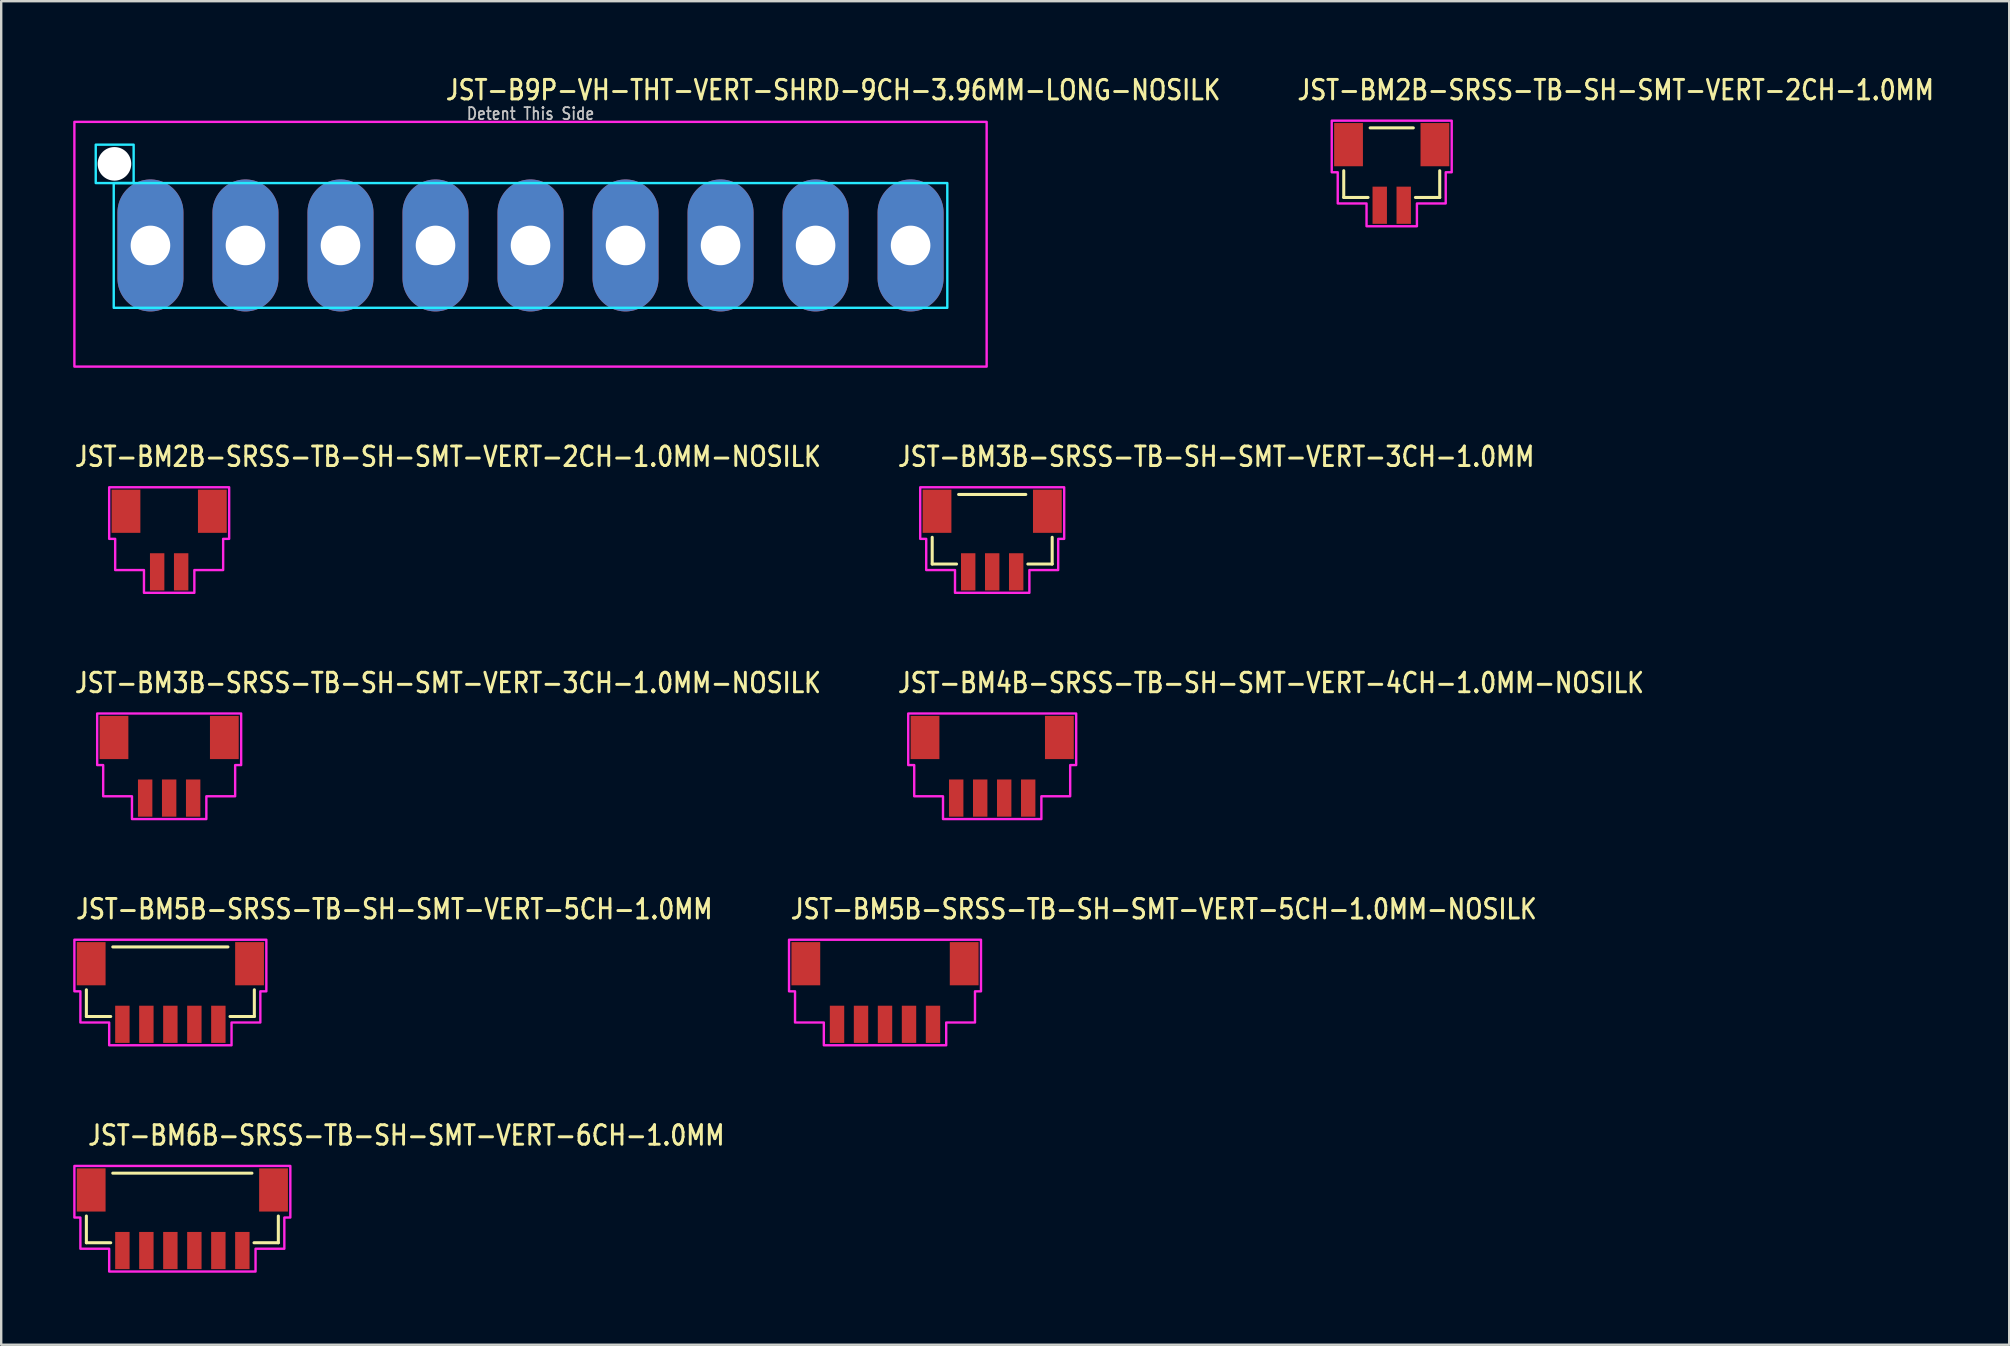
<source format=kicad_pcb>
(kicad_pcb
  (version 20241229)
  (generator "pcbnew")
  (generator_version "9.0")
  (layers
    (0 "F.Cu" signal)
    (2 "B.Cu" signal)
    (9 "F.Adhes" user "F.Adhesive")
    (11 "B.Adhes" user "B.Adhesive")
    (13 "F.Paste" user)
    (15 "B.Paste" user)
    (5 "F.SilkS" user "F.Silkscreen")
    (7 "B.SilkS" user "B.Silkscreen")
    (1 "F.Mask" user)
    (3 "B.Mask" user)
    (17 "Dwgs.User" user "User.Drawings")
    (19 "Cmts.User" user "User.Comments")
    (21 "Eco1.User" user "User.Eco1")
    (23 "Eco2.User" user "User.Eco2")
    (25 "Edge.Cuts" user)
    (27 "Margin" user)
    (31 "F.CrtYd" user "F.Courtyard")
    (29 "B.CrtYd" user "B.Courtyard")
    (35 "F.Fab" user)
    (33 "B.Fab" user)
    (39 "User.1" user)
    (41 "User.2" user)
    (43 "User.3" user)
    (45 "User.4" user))
  (footprint "JST-BM2B-SRSS-TB-SH-SMT-VERT-2CH-1.0MM-NOSILK"
    (layer "F.Cu")
    (at 4 19.457)
    (property "Reference" "JST-BM2B-SRSS-TB-SH-SMT-VERT-2CH-1.0MM-NOSILK" (at -4 -3 0) (unlocked yes) (layer "F.SilkS") (effects (font (size 0.813 0.695) (thickness 0.122)) (justify left bottom)))
    (fp_poly (pts (xy -2.5 -2.2) (xy -2.5 -0.05) (xy -2.25 -0.05) (xy -2.25 1.25) (xy -1.05 1.25) (xy -1.05 2.2) (xy 1.05 2.2) (xy 1.05 1.25) (xy 2.25 1.25) (xy 2.25 -0.05) (xy 2.5 -0.05) (xy 2.5 -2.2)) (stroke (width 0.1) (type solid)) (fill no) (layer "F.CrtYd"))
    (pad "P$1" smd rect (at -0.5 1.325) (size 0.6 1.55) (layers "F.Cu" "F.Mask" "F.Paste"))
    (pad "P$2" smd rect (at 0.5 1.325) (size 0.6 1.55) (layers "F.Cu" "F.Mask" "F.Paste"))
    (pad "S$2" smd rect (at 1.8 -1.2) (size 1.2 1.8) (layers "F.Cu" "F.Mask" "F.Paste"))
    (pad "S$3" smd rect (at -1.8 -1.2) (size 1.2 1.8) (layers "F.Cu" "F.Mask" "F.Paste")))
  (footprint "JST-BM5B-SRSS-TB-SH-SMT-VERT-5CH-1.0MM-NOSILK"
    (layer "F.Cu")
    (at 33.834 38.314)
    (property "Reference" "JST-BM5B-SRSS-TB-SH-SMT-VERT-5CH-1.0MM-NOSILK" (at -4 -3 0) (unlocked yes) (layer "F.SilkS") (effects (font (size 0.813 0.695) (thickness 0.122)) (justify left bottom)))
    (fp_poly (pts (xy -4 -2.2) (xy -4 -0.05) (xy -3.75 -0.05) (xy -3.75 1.25) (xy -2.55 1.25) (xy -2.55 2.2) (xy 2.55 2.2) (xy 2.55 1.25) (xy 3.75 1.25) (xy 3.75 -0.05) (xy 4 -0.05) (xy 4 -2.2)) (stroke (width 0.1) (type solid)) (fill no) (layer "F.CrtYd"))
    (pad "P$1" smd rect (at -2 1.325) (size 0.6 1.55) (layers "F.Cu" "F.Mask" "F.Paste"))
    (pad "P$2" smd rect (at -1 1.325) (size 0.6 1.55) (layers "F.Cu" "F.Mask" "F.Paste"))
    (pad "P$3" smd rect (at 0 1.325) (size 0.6 1.55) (layers "F.Cu" "F.Mask" "F.Paste"))
    (pad "P$4" smd rect (at 1 1.325) (size 0.6 1.55) (layers "F.Cu" "F.Mask" "F.Paste"))
    (pad "P$5" smd rect (at 2 1.325) (size 0.6 1.55) (layers "F.Cu" "F.Mask" "F.Paste"))
    (pad "S$5" smd rect (at 3.3 -1.2) (size 1.2 1.8) (layers "F.Cu" "F.Mask" "F.Paste"))
    (pad "S$6" smd rect (at -3.3 -1.2) (size 1.2 1.8) (layers "F.Cu" "F.Mask" "F.Paste")))
  (footprint "JST-BM4B-SRSS-TB-SH-SMT-VERT-4CH-1.0MM-NOSILK"
    (layer "F.Cu")
    (at 38.301 28.886)
    (property "Reference" "JST-BM4B-SRSS-TB-SH-SMT-VERT-4CH-1.0MM-NOSILK" (at -4 -3 0) (unlocked yes) (layer "F.SilkS") (effects (font (size 0.813 0.695) (thickness 0.122)) (justify left bottom)))
    (fp_poly (pts (xy -3.5 -2.2) (xy -3.5 -0.05) (xy -3.25 -0.05) (xy -3.25 1.25) (xy -2.05 1.25) (xy -2.05 2.2) (xy 2.05 2.2) (xy 2.05 1.25) (xy 3.25 1.25) (xy 3.25 -0.05) (xy 3.5 -0.05) (xy 3.5 -2.2)) (stroke (width 0.1) (type solid)) (fill no) (layer "F.CrtYd"))
    (pad "P$1" smd rect (at -1.5 1.325) (size 0.6 1.55) (layers "F.Cu" "F.Mask" "F.Paste"))
    (pad "P$2" smd rect (at -0.5 1.325) (size 0.6 1.55) (layers "F.Cu" "F.Mask" "F.Paste"))
    (pad "P$3" smd rect (at 0.5 1.325) (size 0.6 1.55) (layers "F.Cu" "F.Mask" "F.Paste"))
    (pad "P$4" smd rect (at 1.5 1.325) (size 0.6 1.55) (layers "F.Cu" "F.Mask" "F.Paste"))
    (pad "S$4" smd rect (at 2.8 -1.2) (size 1.2 1.8) (layers "F.Cu" "F.Mask" "F.Paste"))
    (pad "S$5" smd rect (at -2.8 -1.2) (size 1.2 1.8) (layers "F.Cu" "F.Mask" "F.Paste")))
  (footprint "JST-BM6B-SRSS-TB-SH-SMT-VERT-6CH-1.0MM"
    (layer "F.Cu")
    (at 4.55 47.743)
    (property "Reference" "JST-BM6B-SRSS-TB-SH-SMT-VERT-6CH-1.0MM" (at -4 -3 0) (unlocked yes) (layer "F.SilkS") (effects (font (size 0.813 0.695) (thickness 0.122)) (justify left bottom)))
    (fp_line (start -4 -0.114) (end -4 1) (stroke (width 0.127) (type solid)) (layer "F.SilkS"))
    (fp_line (start -4 1) (end -2.986 1) (stroke (width 0.127) (type solid)) (layer "F.SilkS"))
    (fp_line (start -2.9 -1.9) (end 2.9 -1.9) (stroke (width 0.127) (type solid)) (layer "F.SilkS"))
    (fp_line (start 2.986 1) (end 4 1) (stroke (width 0.127) (type solid)) (layer "F.SilkS"))
    (fp_line (start 4 1) (end 4 -0.114) (stroke (width 0.127) (type solid)) (layer "F.SilkS"))
    (fp_poly (pts (xy -4.5 -2.2) (xy -4.5 -0.05) (xy -4.25 -0.05) (xy -4.25 1.25) (xy -3.05 1.25) (xy -3.05 2.2) (xy 3.05 2.2) (xy 3.05 1.25) (xy 4.25 1.25) (xy 4.25 -0.05) (xy 4.5 -0.05) (xy 4.5 -2.2)) (stroke (width 0.1) (type solid)) (fill no) (layer "F.CrtYd"))
    (pad "P$1" smd rect (at -2.5 1.325) (size 0.6 1.55) (layers "F.Cu" "F.Mask" "F.Paste"))
    (pad "P$2" smd rect (at -1.5 1.325) (size 0.6 1.55) (layers "F.Cu" "F.Mask" "F.Paste"))
    (pad "P$3" smd rect (at -0.5 1.325) (size 0.6 1.55) (layers "F.Cu" "F.Mask" "F.Paste"))
    (pad "P$4" smd rect (at 0.5 1.325) (size 0.6 1.55) (layers "F.Cu" "F.Mask" "F.Paste"))
    (pad "P$5" smd rect (at 1.5 1.325) (size 0.6 1.55) (layers "F.Cu" "F.Mask" "F.Paste"))
    (pad "P$6" smd rect (at 2.5 1.325) (size 0.6 1.55) (layers "F.Cu" "F.Mask" "F.Paste"))
    (pad "S$6" smd rect (at 3.8 -1.2) (size 1.2 1.8) (layers "F.Cu" "F.Mask" "F.Paste"))
    (pad "S$7" smd rect (at -3.8 -1.2) (size 1.2 1.8) (layers "F.Cu" "F.Mask" "F.Paste")))
  (footprint "JST-BM2B-SRSS-TB-SH-SMT-VERT-2CH-1.0MM"
    (layer "F.Cu")
    (at 54.952 4.179)
    (property "Reference" "JST-BM2B-SRSS-TB-SH-SMT-VERT-2CH-1.0MM" (at -4 -3 0) (unlocked yes) (layer "F.SilkS") (effects (font (size 0.813 0.695) (thickness 0.122)) (justify left bottom)))
    (fp_line (start -2 -0.114) (end -2 1) (stroke (width 0.127) (type solid)) (layer "F.SilkS"))
    (fp_line (start -2 1) (end -0.987 1) (stroke (width 0.127) (type solid)) (layer "F.SilkS"))
    (fp_line (start -0.9 -1.9) (end 0.9 -1.9) (stroke (width 0.127) (type solid)) (layer "F.SilkS"))
    (fp_line (start 0.987 1) (end 2 1) (stroke (width 0.127) (type solid)) (layer "F.SilkS"))
    (fp_line (start 2 1) (end 2 -0.114) (stroke (width 0.127) (type solid)) (layer "F.SilkS"))
    (fp_poly (pts (xy -2.5 -2.2) (xy -2.5 -0.05) (xy -2.25 -0.05) (xy -2.25 1.25) (xy -1.05 1.25) (xy -1.05 2.2) (xy 1.05 2.2) (xy 1.05 1.25) (xy 2.25 1.25) (xy 2.25 -0.05) (xy 2.5 -0.05) (xy 2.5 -2.2)) (stroke (width 0.1) (type solid)) (fill no) (layer "F.CrtYd"))
    (pad "P$1" smd rect (at -0.5 1.325) (size 0.6 1.55) (layers "F.Cu" "F.Mask" "F.Paste"))
    (pad "P$2" smd rect (at 0.5 1.325) (size 0.6 1.55) (layers "F.Cu" "F.Mask" "F.Paste"))
    (pad "S$2" smd rect (at 1.8 -1.2) (size 1.2 1.8) (layers "F.Cu" "F.Mask" "F.Paste"))
    (pad "S$3" smd rect (at -1.8 -1.2) (size 1.2 1.8) (layers "F.Cu" "F.Mask" "F.Paste")))
  (footprint "JST-BM3B-SRSS-TB-SH-SMT-VERT-3CH-1.0MM"
    (layer "F.Cu")
    (at 38.301 19.457)
    (property "Reference" "JST-BM3B-SRSS-TB-SH-SMT-VERT-3CH-1.0MM" (at -4 -3 0) (unlocked yes) (layer "F.SilkS") (effects (font (size 0.813 0.695) (thickness 0.122)) (justify left bottom)))
    (fp_line (start -2.5 -0.114) (end -2.5 1) (stroke (width 0.127) (type solid)) (layer "F.SilkS"))
    (fp_line (start -2.5 1) (end -1.486 1) (stroke (width 0.127) (type solid)) (layer "F.SilkS"))
    (fp_line (start -1.4 -1.9) (end 1.4 -1.9) (stroke (width 0.127) (type solid)) (layer "F.SilkS"))
    (fp_line (start 1.486 1) (end 2.5 1) (stroke (width 0.127) (type solid)) (layer "F.SilkS"))
    (fp_line (start 2.5 1) (end 2.5 -0.114) (stroke (width 0.127) (type solid)) (layer "F.SilkS"))
    (fp_poly (pts (xy -3 -2.2) (xy -3 -0.05) (xy -2.75 -0.05) (xy -2.75 1.25) (xy -1.55 1.25) (xy -1.55 2.2) (xy 1.55 2.2) (xy 1.55 1.25) (xy 2.75 1.25) (xy 2.75 -0.05) (xy 3 -0.05) (xy 3 -2.2)) (stroke (width 0.1) (type solid)) (fill no) (layer "F.CrtYd"))
    (pad "P$1" smd rect (at -1 1.325) (size 0.6 1.55) (layers "F.Cu" "F.Mask" "F.Paste"))
    (pad "P$2" smd rect (at 0 1.325) (size 0.6 1.55) (layers "F.Cu" "F.Mask" "F.Paste"))
    (pad "P$3" smd rect (at 1 1.325) (size 0.6 1.55) (layers "F.Cu" "F.Mask" "F.Paste"))
    (pad "S$3" smd rect (at 2.3 -1.2) (size 1.2 1.8) (layers "F.Cu" "F.Mask" "F.Paste"))
    (pad "S$4" smd rect (at -2.3 -1.2) (size 1.2 1.8) (layers "F.Cu" "F.Mask" "F.Paste")))
  (footprint "JST-B9P-VH-THT-VERT-SHRD-9CH-3.96MM-LONG-NOSILK"
    (layer "F.Cu")
    (at 19.06 7.179)
    (property "Reference" "JST-B9P-VH-THT-VERT-SHRD-9CH-3.96MM-LONG-NOSILK" (at -3.6 -6 0) (unlocked yes) (layer "F.SilkS") (effects (font (size 0.813 0.695) (thickness 0.122)) (justify left bottom)))
    (fp_poly (pts (xy -17.37 -2.6) (xy -17.37 2.6) (xy 17.37 2.6) (xy 17.37 -2.6)) (stroke (width 0.1) (type solid)) (fill no) (layer "B.CrtYd"))
    (fp_poly (pts (xy -16.54 -4.2) (xy -16.54 -2.6) (xy -18.12 -2.6) (xy -18.12 -4.2)) (stroke (width 0.1) (type solid)) (fill no) (layer "B.CrtYd"))
    (fp_poly (pts (xy -19.01 -5.15) (xy -19.01 5.05) (xy 19.01 5.05) (xy 19.01 -5.15)) (stroke (width 0.1) (type solid)) (fill no) (layer "F.CrtYd"))
    (fp_text user "Detent This Side" (at 0 -5.2 0) (unlocked yes) (layer "Dwgs.User") (effects (font (size 0.5 0.427) (thickness 0.075)) (justify bottom)))
    (pad "" np_thru_hole circle (at -17.34 -3.4) (size 1.4 1.4) (drill 1.4) (layers "*.Cu" "*.Mask"))
    (pad "P$1" thru_hole oval (at -15.84 0 90) (size 5.5 2.75) (drill 1.65) (layers "*.Cu" "*.Mask"))
    (pad "P$2" thru_hole oval (at -11.88 0 90) (size 5.5 2.75) (drill 1.65) (layers "*.Cu" "*.Mask"))
    (pad "P$3" thru_hole oval (at -7.92 0 90) (size 5.5 2.75) (drill 1.65) (layers "*.Cu" "*.Mask"))
    (pad "P$4" thru_hole oval (at -3.96 0 90) (size 5.5 2.75) (drill 1.65) (layers "*.Cu" "*.Mask"))
    (pad "P$5" thru_hole oval (at 0 0 90) (size 5.5 2.75) (drill 1.65) (layers "*.Cu" "*.Mask"))
    (pad "P$6" thru_hole oval (at 3.96 0 90) (size 5.5 2.75) (drill 1.65) (layers "*.Cu" "*.Mask"))
    (pad "P$7" thru_hole oval (at 7.92 0 90) (size 5.5 2.75) (drill 1.65) (layers "*.Cu" "*.Mask"))
    (pad "P$8" thru_hole oval (at 11.88 0 90) (size 5.5 2.75) (drill 1.65) (layers "*.Cu" "*.Mask"))
    (pad "P$9" thru_hole oval (at 15.84 0 90) (size 5.5 2.75) (drill 1.65) (layers "*.Cu" "*.Mask")))
  (footprint "JST-BM5B-SRSS-TB-SH-SMT-VERT-5CH-1.0MM"
    (layer "F.Cu")
    (at 4.05 38.314)
    (property "Reference" "JST-BM5B-SRSS-TB-SH-SMT-VERT-5CH-1.0MM" (at -4 -3 0) (unlocked yes) (layer "F.SilkS") (effects (font (size 0.813 0.695) (thickness 0.122)) (justify left bottom)))
    (fp_line (start -3.5 -0.114) (end -3.5 1) (stroke (width 0.127) (type solid)) (layer "F.SilkS"))
    (fp_line (start -3.5 1) (end -2.486 1) (stroke (width 0.127) (type solid)) (layer "F.SilkS"))
    (fp_line (start -2.4 -1.9) (end 2.4 -1.9) (stroke (width 0.127) (type solid)) (layer "F.SilkS"))
    (fp_line (start 2.486 1) (end 3.5 1) (stroke (width 0.127) (type solid)) (layer "F.SilkS"))
    (fp_line (start 3.5 1) (end 3.5 -0.114) (stroke (width 0.127) (type solid)) (layer "F.SilkS"))
    (fp_poly (pts (xy -4 -2.2) (xy -4 -0.05) (xy -3.75 -0.05) (xy -3.75 1.25) (xy -2.55 1.25) (xy -2.55 2.2) (xy 2.55 2.2) (xy 2.55 1.25) (xy 3.75 1.25) (xy 3.75 -0.05) (xy 4 -0.05) (xy 4 -2.2)) (stroke (width 0.1) (type solid)) (fill no) (layer "F.CrtYd"))
    (pad "P$1" smd rect (at -2 1.325) (size 0.6 1.55) (layers "F.Cu" "F.Mask" "F.Paste"))
    (pad "P$2" smd rect (at -1 1.325) (size 0.6 1.55) (layers "F.Cu" "F.Mask" "F.Paste"))
    (pad "P$3" smd rect (at 0 1.325) (size 0.6 1.55) (layers "F.Cu" "F.Mask" "F.Paste"))
    (pad "P$4" smd rect (at 1 1.325) (size 0.6 1.55) (layers "F.Cu" "F.Mask" "F.Paste"))
    (pad "P$5" smd rect (at 2 1.325) (size 0.6 1.55) (layers "F.Cu" "F.Mask" "F.Paste"))
    (pad "S$5" smd rect (at 3.3 -1.2) (size 1.2 1.8) (layers "F.Cu" "F.Mask" "F.Paste"))
    (pad "S$6" smd rect (at -3.3 -1.2) (size 1.2 1.8) (layers "F.Cu" "F.Mask" "F.Paste")))
  (footprint "JST-BM3B-SRSS-TB-SH-SMT-VERT-3CH-1.0MM-NOSILK"
    (layer "F.Cu")
    (at 4 28.886)
    (property "Reference" "JST-BM3B-SRSS-TB-SH-SMT-VERT-3CH-1.0MM-NOSILK" (at -4 -3 0) (unlocked yes) (layer "F.SilkS") (effects (font (size 0.813 0.695) (thickness 0.122)) (justify left bottom)))
    (fp_poly (pts (xy -3 -2.2) (xy -3 -0.05) (xy -2.75 -0.05) (xy -2.75 1.25) (xy -1.55 1.25) (xy -1.55 2.2) (xy 1.55 2.2) (xy 1.55 1.25) (xy 2.75 1.25) (xy 2.75 -0.05) (xy 3 -0.05) (xy 3 -2.2)) (stroke (width 0.1) (type solid)) (fill no) (layer "F.CrtYd"))
    (pad "P$1" smd rect (at -1 1.325) (size 0.6 1.55) (layers "F.Cu" "F.Mask" "F.Paste"))
    (pad "P$2" smd rect (at 0 1.325) (size 0.6 1.55) (layers "F.Cu" "F.Mask" "F.Paste"))
    (pad "P$3" smd rect (at 1 1.325) (size 0.6 1.55) (layers "F.Cu" "F.Mask" "F.Paste"))
    (pad "S$3" smd rect (at 2.3 -1.2) (size 1.2 1.8) (layers "F.Cu" "F.Mask" "F.Paste"))
    (pad "S$4" smd rect (at -2.3 -1.2) (size 1.2 1.8) (layers "F.Cu" "F.Mask" "F.Paste")))
  (gr_rect
    (start -3 -3)
    (end 80.686 52.993)
    (stroke (width 0.1) (type default))
    (fill no)
    (layer "Edge.Cuts")))
</source>
